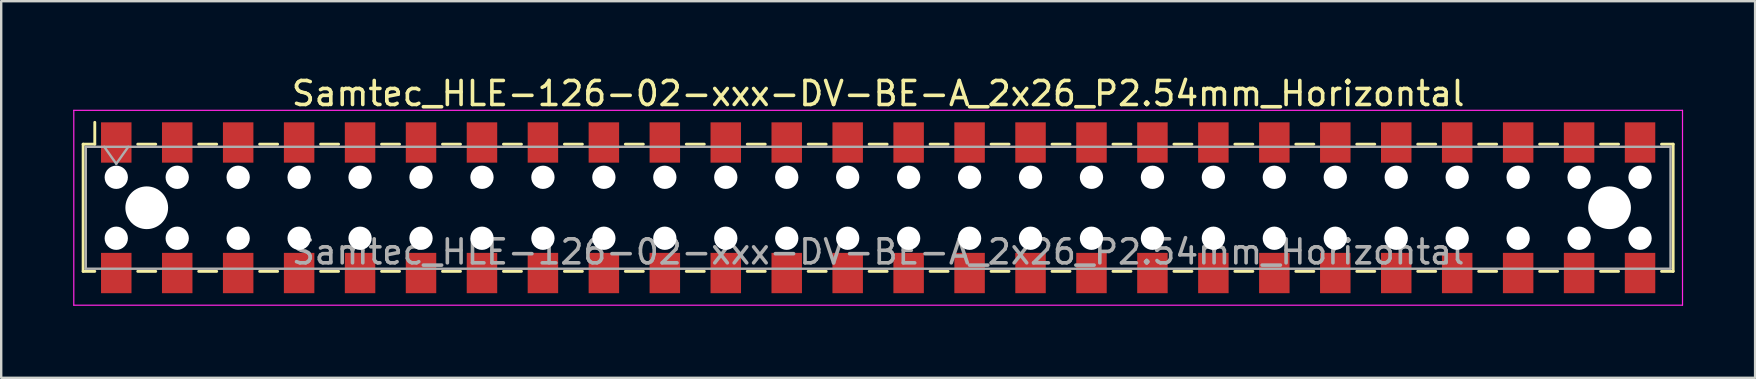
<source format=kicad_pcb>
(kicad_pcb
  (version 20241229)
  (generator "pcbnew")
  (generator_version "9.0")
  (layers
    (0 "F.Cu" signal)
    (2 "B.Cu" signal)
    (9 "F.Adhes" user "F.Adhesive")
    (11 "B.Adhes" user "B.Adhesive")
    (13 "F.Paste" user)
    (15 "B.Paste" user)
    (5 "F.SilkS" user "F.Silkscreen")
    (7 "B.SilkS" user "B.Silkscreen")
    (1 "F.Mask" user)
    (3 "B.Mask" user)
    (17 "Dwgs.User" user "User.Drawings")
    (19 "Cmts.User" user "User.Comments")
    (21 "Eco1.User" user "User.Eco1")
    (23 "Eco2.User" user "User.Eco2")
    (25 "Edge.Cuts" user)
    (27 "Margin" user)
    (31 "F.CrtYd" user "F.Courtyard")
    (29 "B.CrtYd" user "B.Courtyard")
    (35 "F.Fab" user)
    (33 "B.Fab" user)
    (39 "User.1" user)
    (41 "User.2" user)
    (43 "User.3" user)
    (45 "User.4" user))
  (footprint "Samtec_HLE-126-02-xxx-DV-BE-A_2x26_P2.54mm_Horizontal"
    (layer "F.Cu")
    (at 33.545 5.608)
    (property "Reference" "Samtec_HLE-126-02-xxx-DV-BE-A_2x26_P2.54mm_Horizontal" (at 0 -4.76 0) (layer "F.SilkS") (effects (font (size 1 1) (thickness 0.15))))
    (attr smd)
    (fp_line (start -33.13 -2.65) (end -33.13 2.65) (stroke (width 0.12) (type solid)) (layer "F.SilkS"))
    (fp_line (start -33.13 2.65) (end -32.645 2.65) (stroke (width 0.12) (type solid)) (layer "F.SilkS"))
    (fp_line (start -32.645 -3.56) (end -32.645 -2.65) (stroke (width 0.12) (type solid)) (layer "F.SilkS"))
    (fp_line (start -32.645 -2.65) (end -33.13 -2.65) (stroke (width 0.12) (type solid)) (layer "F.SilkS"))
    (fp_line (start -30.855 -2.65) (end -30.105 -2.65) (stroke (width 0.12) (type solid)) (layer "F.SilkS"))
    (fp_line (start -30.855 2.65) (end -30.105 2.65) (stroke (width 0.12) (type solid)) (layer "F.SilkS"))
    (fp_line (start -28.315 -2.65) (end -27.565 -2.65) (stroke (width 0.12) (type solid)) (layer "F.SilkS"))
    (fp_line (start -28.315 2.65) (end -27.565 2.65) (stroke (width 0.12) (type solid)) (layer "F.SilkS"))
    (fp_line (start -25.775 -2.65) (end -25.025 -2.65) (stroke (width 0.12) (type solid)) (layer "F.SilkS"))
    (fp_line (start -25.775 2.65) (end -25.025 2.65) (stroke (width 0.12) (type solid)) (layer "F.SilkS"))
    (fp_line (start -23.235 -2.65) (end -22.485 -2.65) (stroke (width 0.12) (type solid)) (layer "F.SilkS"))
    (fp_line (start -23.235 2.65) (end -22.485 2.65) (stroke (width 0.12) (type solid)) (layer "F.SilkS"))
    (fp_line (start -20.695 -2.65) (end -19.945 -2.65) (stroke (width 0.12) (type solid)) (layer "F.SilkS"))
    (fp_line (start -20.695 2.65) (end -19.945 2.65) (stroke (width 0.12) (type solid)) (layer "F.SilkS"))
    (fp_line (start -18.155 -2.65) (end -17.405 -2.65) (stroke (width 0.12) (type solid)) (layer "F.SilkS"))
    (fp_line (start -18.155 2.65) (end -17.405 2.65) (stroke (width 0.12) (type solid)) (layer "F.SilkS"))
    (fp_line (start -15.615 -2.65) (end -14.865 -2.65) (stroke (width 0.12) (type solid)) (layer "F.SilkS"))
    (fp_line (start -15.615 2.65) (end -14.865 2.65) (stroke (width 0.12) (type solid)) (layer "F.SilkS"))
    (fp_line (start -13.075 -2.65) (end -12.325 -2.65) (stroke (width 0.12) (type solid)) (layer "F.SilkS"))
    (fp_line (start -13.075 2.65) (end -12.325 2.65) (stroke (width 0.12) (type solid)) (layer "F.SilkS"))
    (fp_line (start -10.535 -2.65) (end -9.785 -2.65) (stroke (width 0.12) (type solid)) (layer "F.SilkS"))
    (fp_line (start -10.535 2.65) (end -9.785 2.65) (stroke (width 0.12) (type solid)) (layer "F.SilkS"))
    (fp_line (start -7.995 -2.65) (end -7.245 -2.65) (stroke (width 0.12) (type solid)) (layer "F.SilkS"))
    (fp_line (start -7.995 2.65) (end -7.245 2.65) (stroke (width 0.12) (type solid)) (layer "F.SilkS"))
    (fp_line (start -5.455 -2.65) (end -4.705 -2.65) (stroke (width 0.12) (type solid)) (layer "F.SilkS"))
    (fp_line (start -5.455 2.65) (end -4.705 2.65) (stroke (width 0.12) (type solid)) (layer "F.SilkS"))
    (fp_line (start -2.915 -2.65) (end -2.165 -2.65) (stroke (width 0.12) (type solid)) (layer "F.SilkS"))
    (fp_line (start -2.915 2.65) (end -2.165 2.65) (stroke (width 0.12) (type solid)) (layer "F.SilkS"))
    (fp_line (start -0.375 -2.65) (end 0.375 -2.65) (stroke (width 0.12) (type solid)) (layer "F.SilkS"))
    (fp_line (start -0.375 2.65) (end 0.375 2.65) (stroke (width 0.12) (type solid)) (layer "F.SilkS"))
    (fp_line (start 2.165 -2.65) (end 2.915 -2.65) (stroke (width 0.12) (type solid)) (layer "F.SilkS"))
    (fp_line (start 2.165 2.65) (end 2.915 2.65) (stroke (width 0.12) (type solid)) (layer "F.SilkS"))
    (fp_line (start 4.705 -2.65) (end 5.455 -2.65) (stroke (width 0.12) (type solid)) (layer "F.SilkS"))
    (fp_line (start 4.705 2.65) (end 5.455 2.65) (stroke (width 0.12) (type solid)) (layer "F.SilkS"))
    (fp_line (start 7.245 -2.65) (end 7.995 -2.65) (stroke (width 0.12) (type solid)) (layer "F.SilkS"))
    (fp_line (start 7.245 2.65) (end 7.995 2.65) (stroke (width 0.12) (type solid)) (layer "F.SilkS"))
    (fp_line (start 9.785 -2.65) (end 10.535 -2.65) (stroke (width 0.12) (type solid)) (layer "F.SilkS"))
    (fp_line (start 9.785 2.65) (end 10.535 2.65) (stroke (width 0.12) (type solid)) (layer "F.SilkS"))
    (fp_line (start 12.325 -2.65) (end 13.075 -2.65) (stroke (width 0.12) (type solid)) (layer "F.SilkS"))
    (fp_line (start 12.325 2.65) (end 13.075 2.65) (stroke (width 0.12) (type solid)) (layer "F.SilkS"))
    (fp_line (start 14.865 -2.65) (end 15.615 -2.65) (stroke (width 0.12) (type solid)) (layer "F.SilkS"))
    (fp_line (start 14.865 2.65) (end 15.615 2.65) (stroke (width 0.12) (type solid)) (layer "F.SilkS"))
    (fp_line (start 17.405 -2.65) (end 18.155 -2.65) (stroke (width 0.12) (type solid)) (layer "F.SilkS"))
    (fp_line (start 17.405 2.65) (end 18.155 2.65) (stroke (width 0.12) (type solid)) (layer "F.SilkS"))
    (fp_line (start 19.945 -2.65) (end 20.695 -2.65) (stroke (width 0.12) (type solid)) (layer "F.SilkS"))
    (fp_line (start 19.945 2.65) (end 20.695 2.65) (stroke (width 0.12) (type solid)) (layer "F.SilkS"))
    (fp_line (start 22.485 -2.65) (end 23.235 -2.65) (stroke (width 0.12) (type solid)) (layer "F.SilkS"))
    (fp_line (start 22.485 2.65) (end 23.235 2.65) (stroke (width 0.12) (type solid)) (layer "F.SilkS"))
    (fp_line (start 25.025 -2.65) (end 25.775 -2.65) (stroke (width 0.12) (type solid)) (layer "F.SilkS"))
    (fp_line (start 25.025 2.65) (end 25.775 2.65) (stroke (width 0.12) (type solid)) (layer "F.SilkS"))
    (fp_line (start 27.565 -2.65) (end 28.315 -2.65) (stroke (width 0.12) (type solid)) (layer "F.SilkS"))
    (fp_line (start 27.565 2.65) (end 28.315 2.65) (stroke (width 0.12) (type solid)) (layer "F.SilkS"))
    (fp_line (start 30.105 -2.65) (end 30.855 -2.65) (stroke (width 0.12) (type solid)) (layer "F.SilkS"))
    (fp_line (start 30.105 2.65) (end 30.855 2.65) (stroke (width 0.12) (type solid)) (layer "F.SilkS"))
    (fp_line (start 32.645 -2.65) (end 33.13 -2.65) (stroke (width 0.12) (type solid)) (layer "F.SilkS"))
    (fp_line (start 33.13 -2.65) (end 33.13 2.65) (stroke (width 0.12) (type solid)) (layer "F.SilkS"))
    (fp_line (start 33.13 2.65) (end 32.645 2.65) (stroke (width 0.12) (type solid)) (layer "F.SilkS"))
    (fp_line (start -33.52 -4.06) (end 33.52 -4.06) (stroke (width 0.05) (type solid)) (layer "F.CrtYd"))
    (fp_line (start -33.52 4.06) (end -33.52 -4.06) (stroke (width 0.05) (type solid)) (layer "F.CrtYd"))
    (fp_line (start 33.52 -4.06) (end 33.52 4.06) (stroke (width 0.05) (type solid)) (layer "F.CrtYd"))
    (fp_line (start 33.52 4.06) (end -33.52 4.06) (stroke (width 0.05) (type solid)) (layer "F.CrtYd"))
    (fp_line (start -33.02 -2.54) (end 33.02 -2.54) (stroke (width 0.1) (type solid)) (layer "F.Fab"))
    (fp_line (start -33.02 2.54) (end -33.02 -2.54) (stroke (width 0.1) (type solid)) (layer "F.Fab"))
    (fp_line (start -32.25 -2.54) (end -31.75 -1.833) (stroke (width 0.1) (type solid)) (layer "F.Fab"))
    (fp_line (start -31.75 -1.833) (end -31.25 -2.54) (stroke (width 0.1) (type solid)) (layer "F.Fab"))
    (fp_line (start 33.02 -2.54) (end 33.02 2.54) (stroke (width 0.1) (type solid)) (layer "F.Fab"))
    (fp_line (start 33.02 2.54) (end -33.02 2.54) (stroke (width 0.1) (type solid)) (layer "F.Fab"))
    (fp_text user "${REFERENCE}" (at 0 1.84 0) (layer "F.Fab") (effects (font (size 1 1) (thickness 0.15))))
    (pad "" np_thru_hole circle (at -31.75 -1.27) (size 0.97 0.97) (drill 0.97) (layers "*.Cu" "*.Mask"))
    (pad "" np_thru_hole circle (at -31.75 1.27) (size 0.97 0.97) (drill 0.97) (layers "*.Cu" "*.Mask"))
    (pad "" np_thru_hole circle (at -30.48 0) (size 1.78 1.78) (drill 1.78) (layers "*.Cu" "*.Mask"))
    (pad "" np_thru_hole circle (at -29.21 -1.27) (size 0.97 0.97) (drill 0.97) (layers "*.Cu" "*.Mask"))
    (pad "" np_thru_hole circle (at -29.21 1.27) (size 0.97 0.97) (drill 0.97) (layers "*.Cu" "*.Mask"))
    (pad "" np_thru_hole circle (at -26.67 -1.27) (size 0.97 0.97) (drill 0.97) (layers "*.Cu" "*.Mask"))
    (pad "" np_thru_hole circle (at -26.67 1.27) (size 0.97 0.97) (drill 0.97) (layers "*.Cu" "*.Mask"))
    (pad "" np_thru_hole circle (at -24.13 -1.27) (size 0.97 0.97) (drill 0.97) (layers "*.Cu" "*.Mask"))
    (pad "" np_thru_hole circle (at -24.13 1.27) (size 0.97 0.97) (drill 0.97) (layers "*.Cu" "*.Mask"))
    (pad "" np_thru_hole circle (at -21.59 -1.27) (size 0.97 0.97) (drill 0.97) (layers "*.Cu" "*.Mask"))
    (pad "" np_thru_hole circle (at -21.59 1.27) (size 0.97 0.97) (drill 0.97) (layers "*.Cu" "*.Mask"))
    (pad "" np_thru_hole circle (at -19.05 -1.27) (size 0.97 0.97) (drill 0.97) (layers "*.Cu" "*.Mask"))
    (pad "" np_thru_hole circle (at -19.05 1.27) (size 0.97 0.97) (drill 0.97) (layers "*.Cu" "*.Mask"))
    (pad "" np_thru_hole circle (at -16.51 -1.27) (size 0.97 0.97) (drill 0.97) (layers "*.Cu" "*.Mask"))
    (pad "" np_thru_hole circle (at -16.51 1.27) (size 0.97 0.97) (drill 0.97) (layers "*.Cu" "*.Mask"))
    (pad "" np_thru_hole circle (at -13.97 -1.27) (size 0.97 0.97) (drill 0.97) (layers "*.Cu" "*.Mask"))
    (pad "" np_thru_hole circle (at -13.97 1.27) (size 0.97 0.97) (drill 0.97) (layers "*.Cu" "*.Mask"))
    (pad "" np_thru_hole circle (at -11.43 -1.27) (size 0.97 0.97) (drill 0.97) (layers "*.Cu" "*.Mask"))
    (pad "" np_thru_hole circle (at -11.43 1.27) (size 0.97 0.97) (drill 0.97) (layers "*.Cu" "*.Mask"))
    (pad "" np_thru_hole circle (at -8.89 -1.27) (size 0.97 0.97) (drill 0.97) (layers "*.Cu" "*.Mask"))
    (pad "" np_thru_hole circle (at -8.89 1.27) (size 0.97 0.97) (drill 0.97) (layers "*.Cu" "*.Mask"))
    (pad "" np_thru_hole circle (at -6.35 -1.27) (size 0.97 0.97) (drill 0.97) (layers "*.Cu" "*.Mask"))
    (pad "" np_thru_hole circle (at -6.35 1.27) (size 0.97 0.97) (drill 0.97) (layers "*.Cu" "*.Mask"))
    (pad "" np_thru_hole circle (at -3.81 -1.27) (size 0.97 0.97) (drill 0.97) (layers "*.Cu" "*.Mask"))
    (pad "" np_thru_hole circle (at -3.81 1.27) (size 0.97 0.97) (drill 0.97) (layers "*.Cu" "*.Mask"))
    (pad "" np_thru_hole circle (at -1.27 -1.27) (size 0.97 0.97) (drill 0.97) (layers "*.Cu" "*.Mask"))
    (pad "" np_thru_hole circle (at -1.27 1.27) (size 0.97 0.97) (drill 0.97) (layers "*.Cu" "*.Mask"))
    (pad "" np_thru_hole circle (at 1.27 -1.27) (size 0.97 0.97) (drill 0.97) (layers "*.Cu" "*.Mask"))
    (pad "" np_thru_hole circle (at 1.27 1.27) (size 0.97 0.97) (drill 0.97) (layers "*.Cu" "*.Mask"))
    (pad "" np_thru_hole circle (at 3.81 -1.27) (size 0.97 0.97) (drill 0.97) (layers "*.Cu" "*.Mask"))
    (pad "" np_thru_hole circle (at 3.81 1.27) (size 0.97 0.97) (drill 0.97) (layers "*.Cu" "*.Mask"))
    (pad "" np_thru_hole circle (at 6.35 -1.27) (size 0.97 0.97) (drill 0.97) (layers "*.Cu" "*.Mask"))
    (pad "" np_thru_hole circle (at 6.35 1.27) (size 0.97 0.97) (drill 0.97) (layers "*.Cu" "*.Mask"))
    (pad "" np_thru_hole circle (at 8.89 -1.27) (size 0.97 0.97) (drill 0.97) (layers "*.Cu" "*.Mask"))
    (pad "" np_thru_hole circle (at 8.89 1.27) (size 0.97 0.97) (drill 0.97) (layers "*.Cu" "*.Mask"))
    (pad "" np_thru_hole circle (at 11.43 -1.27) (size 0.97 0.97) (drill 0.97) (layers "*.Cu" "*.Mask"))
    (pad "" np_thru_hole circle (at 11.43 1.27) (size 0.97 0.97) (drill 0.97) (layers "*.Cu" "*.Mask"))
    (pad "" np_thru_hole circle (at 13.97 -1.27) (size 0.97 0.97) (drill 0.97) (layers "*.Cu" "*.Mask"))
    (pad "" np_thru_hole circle (at 13.97 1.27) (size 0.97 0.97) (drill 0.97) (layers "*.Cu" "*.Mask"))
    (pad "" np_thru_hole circle (at 16.51 -1.27) (size 0.97 0.97) (drill 0.97) (layers "*.Cu" "*.Mask"))
    (pad "" np_thru_hole circle (at 16.51 1.27) (size 0.97 0.97) (drill 0.97) (layers "*.Cu" "*.Mask"))
    (pad "" np_thru_hole circle (at 19.05 -1.27) (size 0.97 0.97) (drill 0.97) (layers "*.Cu" "*.Mask"))
    (pad "" np_thru_hole circle (at 19.05 1.27) (size 0.97 0.97) (drill 0.97) (layers "*.Cu" "*.Mask"))
    (pad "" np_thru_hole circle (at 21.59 -1.27) (size 0.97 0.97) (drill 0.97) (layers "*.Cu" "*.Mask"))
    (pad "" np_thru_hole circle (at 21.59 1.27) (size 0.97 0.97) (drill 0.97) (layers "*.Cu" "*.Mask"))
    (pad "" np_thru_hole circle (at 24.13 -1.27) (size 0.97 0.97) (drill 0.97) (layers "*.Cu" "*.Mask"))
    (pad "" np_thru_hole circle (at 24.13 1.27) (size 0.97 0.97) (drill 0.97) (layers "*.Cu" "*.Mask"))
    (pad "" np_thru_hole circle (at 26.67 -1.27) (size 0.97 0.97) (drill 0.97) (layers "*.Cu" "*.Mask"))
    (pad "" np_thru_hole circle (at 26.67 1.27) (size 0.97 0.97) (drill 0.97) (layers "*.Cu" "*.Mask"))
    (pad "" np_thru_hole circle (at 29.21 -1.27) (size 0.97 0.97) (drill 0.97) (layers "*.Cu" "*.Mask"))
    (pad "" np_thru_hole circle (at 29.21 1.27) (size 0.97 0.97) (drill 0.97) (layers "*.Cu" "*.Mask"))
    (pad "" np_thru_hole circle (at 30.48 0) (size 1.78 1.78) (drill 1.78) (layers "*.Cu" "*.Mask"))
    (pad "" np_thru_hole circle (at 31.75 -1.27) (size 0.97 0.97) (drill 0.97) (layers "*.Cu" "*.Mask"))
    (pad "" np_thru_hole circle (at 31.75 1.27) (size 0.97 0.97) (drill 0.97) (layers "*.Cu" "*.Mask"))
    (pad "1" smd rect (at -31.75 -2.72) (size 1.27 1.68) (layers "F.Cu" "F.Mask" "F.Paste"))
    (pad "2" smd rect (at -31.75 2.72) (size 1.27 1.68) (layers "F.Cu" "F.Mask" "F.Paste"))
    (pad "3" smd rect (at -29.21 -2.72) (size 1.27 1.68) (layers "F.Cu" "F.Mask" "F.Paste"))
    (pad "4" smd rect (at -29.21 2.72) (size 1.27 1.68) (layers "F.Cu" "F.Mask" "F.Paste"))
    (pad "5" smd rect (at -26.67 -2.72) (size 1.27 1.68) (layers "F.Cu" "F.Mask" "F.Paste"))
    (pad "6" smd rect (at -26.67 2.72) (size 1.27 1.68) (layers "F.Cu" "F.Mask" "F.Paste"))
    (pad "7" smd rect (at -24.13 -2.72) (size 1.27 1.68) (layers "F.Cu" "F.Mask" "F.Paste"))
    (pad "8" smd rect (at -24.13 2.72) (size 1.27 1.68) (layers "F.Cu" "F.Mask" "F.Paste"))
    (pad "9" smd rect (at -21.59 -2.72) (size 1.27 1.68) (layers "F.Cu" "F.Mask" "F.Paste"))
    (pad "10" smd rect (at -21.59 2.72) (size 1.27 1.68) (layers "F.Cu" "F.Mask" "F.Paste"))
    (pad "11" smd rect (at -19.05 -2.72) (size 1.27 1.68) (layers "F.Cu" "F.Mask" "F.Paste"))
    (pad "12" smd rect (at -19.05 2.72) (size 1.27 1.68) (layers "F.Cu" "F.Mask" "F.Paste"))
    (pad "13" smd rect (at -16.51 -2.72) (size 1.27 1.68) (layers "F.Cu" "F.Mask" "F.Paste"))
    (pad "14" smd rect (at -16.51 2.72) (size 1.27 1.68) (layers "F.Cu" "F.Mask" "F.Paste"))
    (pad "15" smd rect (at -13.97 -2.72) (size 1.27 1.68) (layers "F.Cu" "F.Mask" "F.Paste"))
    (pad "16" smd rect (at -13.97 2.72) (size 1.27 1.68) (layers "F.Cu" "F.Mask" "F.Paste"))
    (pad "17" smd rect (at -11.43 -2.72) (size 1.27 1.68) (layers "F.Cu" "F.Mask" "F.Paste"))
    (pad "18" smd rect (at -11.43 2.72) (size 1.27 1.68) (layers "F.Cu" "F.Mask" "F.Paste"))
    (pad "19" smd rect (at -8.89 -2.72) (size 1.27 1.68) (layers "F.Cu" "F.Mask" "F.Paste"))
    (pad "20" smd rect (at -8.89 2.72) (size 1.27 1.68) (layers "F.Cu" "F.Mask" "F.Paste"))
    (pad "21" smd rect (at -6.35 -2.72) (size 1.27 1.68) (layers "F.Cu" "F.Mask" "F.Paste"))
    (pad "22" smd rect (at -6.35 2.72) (size 1.27 1.68) (layers "F.Cu" "F.Mask" "F.Paste"))
    (pad "23" smd rect (at -3.81 -2.72) (size 1.27 1.68) (layers "F.Cu" "F.Mask" "F.Paste"))
    (pad "24" smd rect (at -3.81 2.72) (size 1.27 1.68) (layers "F.Cu" "F.Mask" "F.Paste"))
    (pad "25" smd rect (at -1.27 -2.72) (size 1.27 1.68) (layers "F.Cu" "F.Mask" "F.Paste"))
    (pad "26" smd rect (at -1.27 2.72) (size 1.27 1.68) (layers "F.Cu" "F.Mask" "F.Paste"))
    (pad "27" smd rect (at 1.27 -2.72) (size 1.27 1.68) (layers "F.Cu" "F.Mask" "F.Paste"))
    (pad "28" smd rect (at 1.27 2.72) (size 1.27 1.68) (layers "F.Cu" "F.Mask" "F.Paste"))
    (pad "29" smd rect (at 3.81 -2.72) (size 1.27 1.68) (layers "F.Cu" "F.Mask" "F.Paste"))
    (pad "30" smd rect (at 3.81 2.72) (size 1.27 1.68) (layers "F.Cu" "F.Mask" "F.Paste"))
    (pad "31" smd rect (at 6.35 -2.72) (size 1.27 1.68) (layers "F.Cu" "F.Mask" "F.Paste"))
    (pad "32" smd rect (at 6.35 2.72) (size 1.27 1.68) (layers "F.Cu" "F.Mask" "F.Paste"))
    (pad "33" smd rect (at 8.89 -2.72) (size 1.27 1.68) (layers "F.Cu" "F.Mask" "F.Paste"))
    (pad "34" smd rect (at 8.89 2.72) (size 1.27 1.68) (layers "F.Cu" "F.Mask" "F.Paste"))
    (pad "35" smd rect (at 11.43 -2.72) (size 1.27 1.68) (layers "F.Cu" "F.Mask" "F.Paste"))
    (pad "36" smd rect (at 11.43 2.72) (size 1.27 1.68) (layers "F.Cu" "F.Mask" "F.Paste"))
    (pad "37" smd rect (at 13.97 -2.72) (size 1.27 1.68) (layers "F.Cu" "F.Mask" "F.Paste"))
    (pad "38" smd rect (at 13.97 2.72) (size 1.27 1.68) (layers "F.Cu" "F.Mask" "F.Paste"))
    (pad "39" smd rect (at 16.51 -2.72) (size 1.27 1.68) (layers "F.Cu" "F.Mask" "F.Paste"))
    (pad "40" smd rect (at 16.51 2.72) (size 1.27 1.68) (layers "F.Cu" "F.Mask" "F.Paste"))
    (pad "41" smd rect (at 19.05 -2.72) (size 1.27 1.68) (layers "F.Cu" "F.Mask" "F.Paste"))
    (pad "42" smd rect (at 19.05 2.72) (size 1.27 1.68) (layers "F.Cu" "F.Mask" "F.Paste"))
    (pad "43" smd rect (at 21.59 -2.72) (size 1.27 1.68) (layers "F.Cu" "F.Mask" "F.Paste"))
    (pad "44" smd rect (at 21.59 2.72) (size 1.27 1.68) (layers "F.Cu" "F.Mask" "F.Paste"))
    (pad "45" smd rect (at 24.13 -2.72) (size 1.27 1.68) (layers "F.Cu" "F.Mask" "F.Paste"))
    (pad "46" smd rect (at 24.13 2.72) (size 1.27 1.68) (layers "F.Cu" "F.Mask" "F.Paste"))
    (pad "47" smd rect (at 26.67 -2.72) (size 1.27 1.68) (layers "F.Cu" "F.Mask" "F.Paste"))
    (pad "48" smd rect (at 26.67 2.72) (size 1.27 1.68) (layers "F.Cu" "F.Mask" "F.Paste"))
    (pad "49" smd rect (at 29.21 -2.72) (size 1.27 1.68) (layers "F.Cu" "F.Mask" "F.Paste"))
    (pad "50" smd rect (at 29.21 2.72) (size 1.27 1.68) (layers "F.Cu" "F.Mask" "F.Paste"))
    (pad "51" smd rect (at 31.75 -2.72) (size 1.27 1.68) (layers "F.Cu" "F.Mask" "F.Paste"))
    (pad "52" smd rect (at 31.75 2.72) (size 1.27 1.68) (layers "F.Cu" "F.Mask" "F.Paste")))
  (gr_rect
    (start -3 -3)
    (end 70.09 12.693)
    (stroke (width 0.1) (type default))
    (fill no)
    (layer "Edge.Cuts")))
</source>
